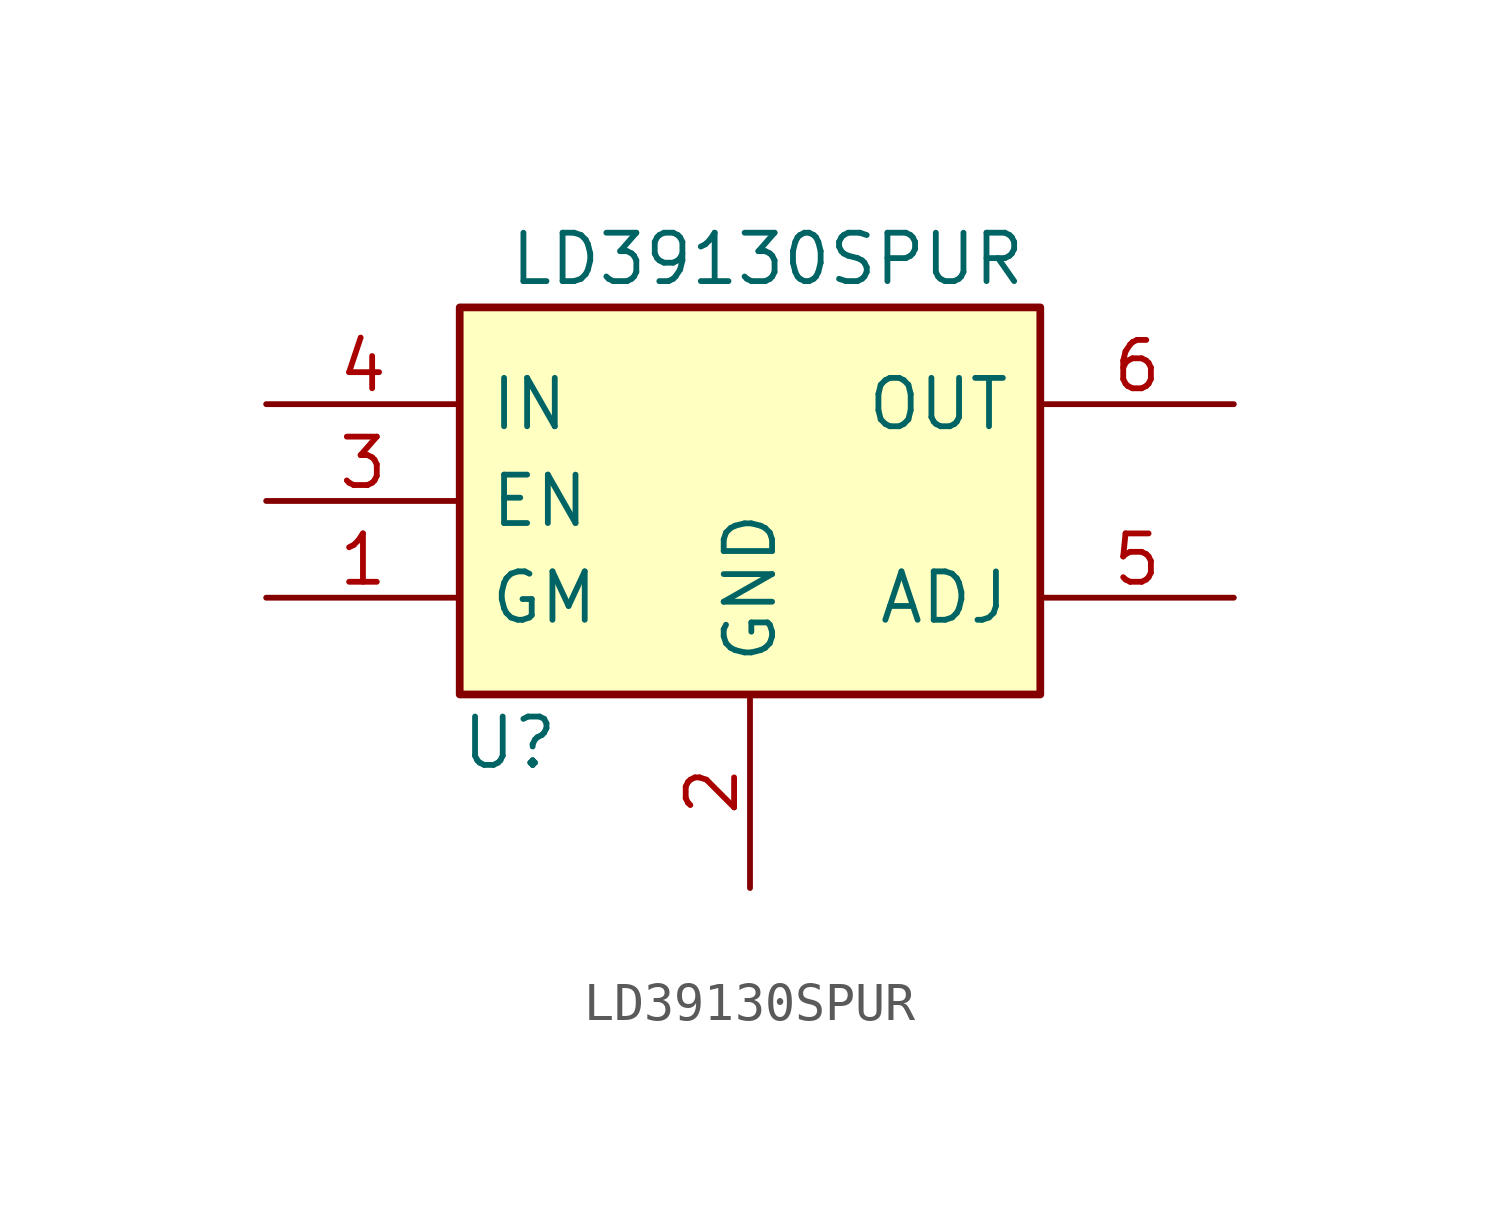
<source format=kicad_sym>
(kicad_symbol_lib
  (version 20211014)
  (generator kicad_symbol_editor)
  (symbol "LD39130SPUR"
    (pin_names
      (offset 0.762))
    (property "Reference" "U"
      (at 5.08 -8.89 0)
      (effects (font (size 1.27 1.27)) (justify left)))
    (property "Value" "LD39130SPUR"
      (at 6.35 3.81 0)
      (effects (font (size 1.27 1.27)) (justify left)))
    (symbol "LD39130SPUR_0_0"
      (pin bidirectional line (at 0 -5.08 0) (length 5.08) (name "GM" (effects (font (size 1.27 1.27)))) (number "1" (effects (font (size 1.27 1.27)))))
      (pin passive line (at 12.7 -12.7 90) (length 5.08) (name "GND" (effects (font (size 1.27 1.27)))) (number "2" (effects (font (size 1.27 1.27)))))
      (pin bidirectional line (at 0 -2.54 0) (length 5.08) (name "EN" (effects (font (size 1.27 1.27)))) (number "3" (effects (font (size 1.27 1.27)))))
      (pin power_in line (at 0 0 0) (length 5.08) (name "IN" (effects (font (size 1.27 1.27)))) (number "4" (effects (font (size 1.27 1.27)))))
      (pin bidirectional line (at 25.4 -5.08 180) (length 5.08) (name "ADJ" (effects (font (size 1.27 1.27)))) (number "5" (effects (font (size 1.27 1.27)))))
      (pin output line (at 25.4 0 180) (length 5.08) (name "OUT" (effects (font (size 1.27 1.27)))) (number "6" (effects (font (size 1.27 1.27))))))
    (symbol "LD39130SPUR_0_1"
      (polyline (pts (xy 5.08 2.54) (xy 20.32 2.54) (xy 20.32 -7.62) (xy 5.08 -7.62) (xy 5.08 2.54)) (stroke (width 0.203) (type default) (color 0 0 0 0)) (fill (type background))))))
</source>
